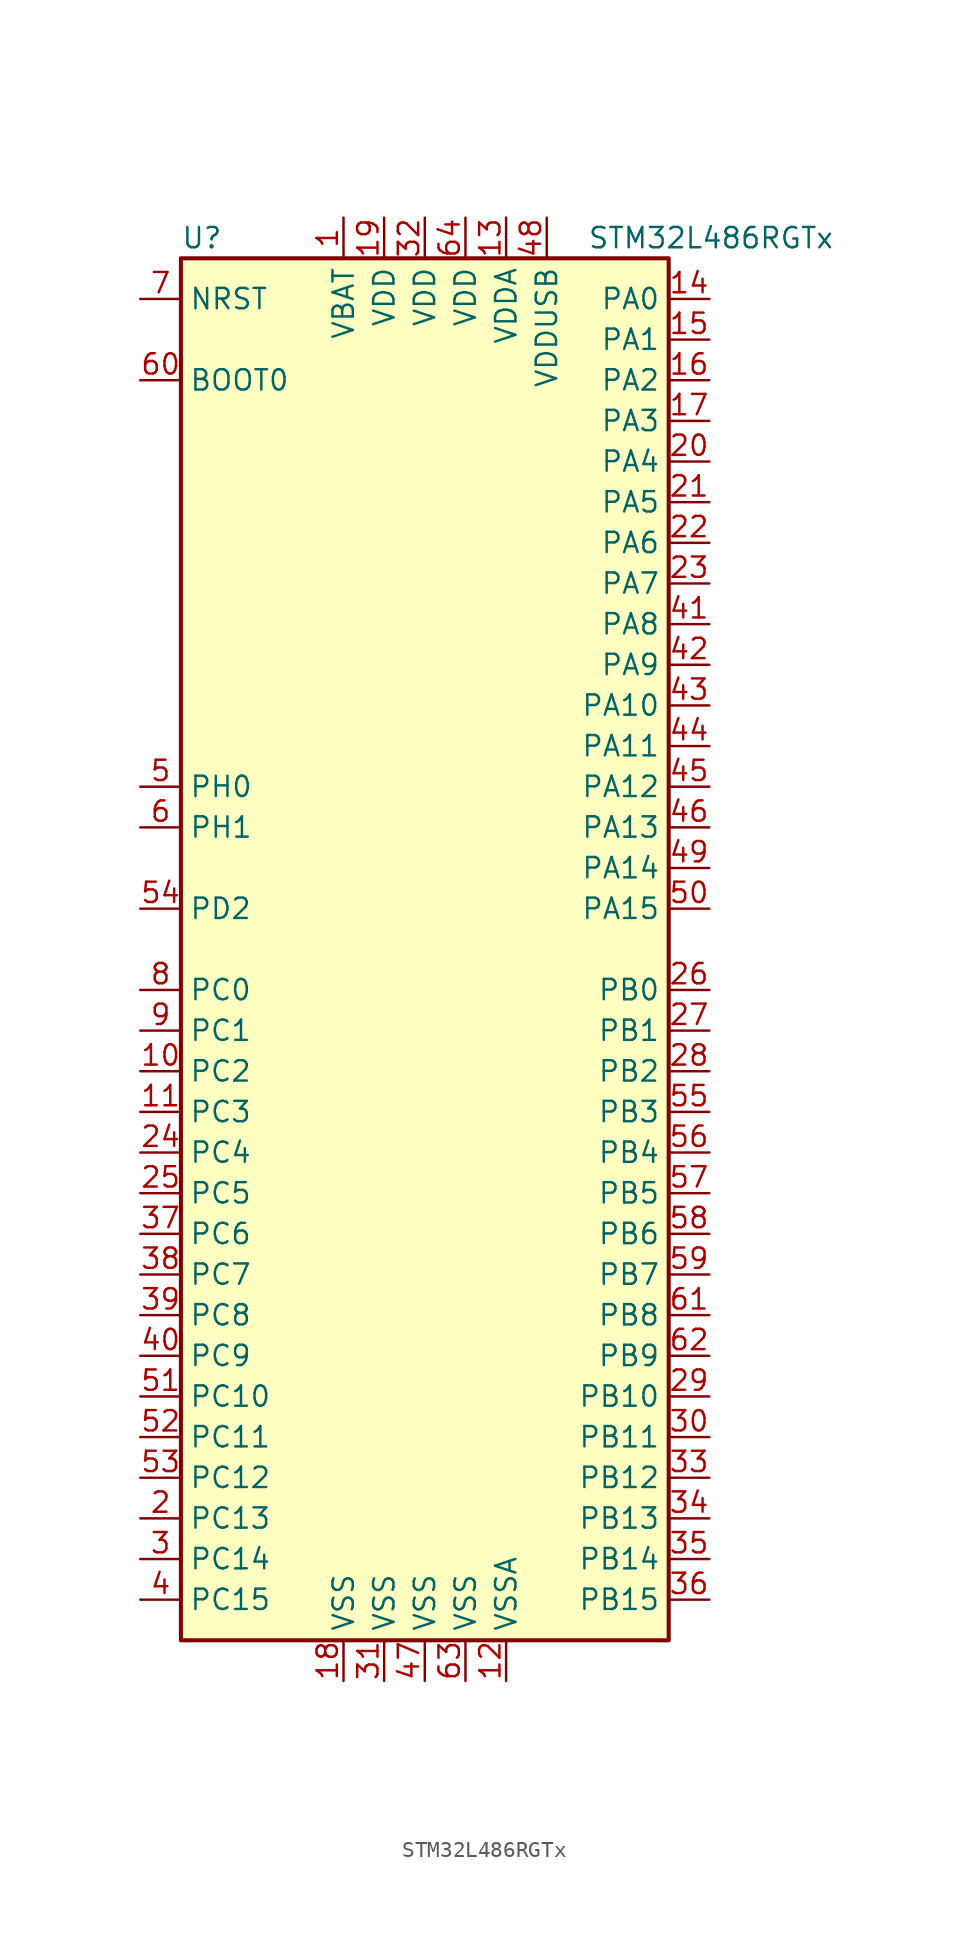
<source format=kicad_sym>
(kicad_symbol_lib
  (version 20211014)
  (generator kicad_symbol_editor)
  (symbol "STM32L486RGTx"
    (property "Reference" "U"
      (at -15.24 44.45 0)
      (effects (font (size 1.27 1.27)) (justify left)))
    (property "Value" "STM32L486RGTx"
      (at 10.16 44.45 0)
      (effects (font (size 1.27 1.27)) (justify left)))
    (symbol "STM32L486RGTx_0_1"
      (rectangle (start -15.24 -43.18) (end 15.24 43.18) (stroke (width 0.254) (type default) (color 0 0 0 0)) (fill (type background))))
    (symbol "STM32L486RGTx_1_1"
      (pin power_in line (at -5.08 45.72 270) (length 2.54) (name "VBAT" (effects (font (size 1.27 1.27)))) (number "1" (effects (font (size 1.27 1.27)))))
      (pin bidirectional line (at -17.78 -7.62 0) (length 2.54) (name "PC2" (effects (font (size 1.27 1.27)))) (number "10" (effects (font (size 1.27 1.27)))))
      (pin bidirectional line (at -17.78 -10.16 0) (length 2.54) (name "PC3" (effects (font (size 1.27 1.27)))) (number "11" (effects (font (size 1.27 1.27)))))
      (pin power_in line (at 5.08 -45.72 90) (length 2.54) (name "VSSA" (effects (font (size 1.27 1.27)))) (number "12" (effects (font (size 1.27 1.27)))))
      (pin power_in line (at 5.08 45.72 270) (length 2.54) (name "VDDA" (effects (font (size 1.27 1.27)))) (number "13" (effects (font (size 1.27 1.27)))))
      (pin bidirectional line (at 17.78 40.64 180) (length 2.54) (name "PA0" (effects (font (size 1.27 1.27)))) (number "14" (effects (font (size 1.27 1.27)))))
      (pin bidirectional line (at 17.78 38.1 180) (length 2.54) (name "PA1" (effects (font (size 1.27 1.27)))) (number "15" (effects (font (size 1.27 1.27)))))
      (pin bidirectional line (at 17.78 35.56 180) (length 2.54) (name "PA2" (effects (font (size 1.27 1.27)))) (number "16" (effects (font (size 1.27 1.27)))))
      (pin bidirectional line (at 17.78 33.02 180) (length 2.54) (name "PA3" (effects (font (size 1.27 1.27)))) (number "17" (effects (font (size 1.27 1.27)))))
      (pin power_in line (at -5.08 -45.72 90) (length 2.54) (name "VSS" (effects (font (size 1.27 1.27)))) (number "18" (effects (font (size 1.27 1.27)))))
      (pin power_in line (at -2.54 45.72 270) (length 2.54) (name "VDD" (effects (font (size 1.27 1.27)))) (number "19" (effects (font (size 1.27 1.27)))))
      (pin bidirectional line (at -17.78 -35.56 0) (length 2.54) (name "PC13" (effects (font (size 1.27 1.27)))) (number "2" (effects (font (size 1.27 1.27)))))
      (pin bidirectional line (at 17.78 30.48 180) (length 2.54) (name "PA4" (effects (font (size 1.27 1.27)))) (number "20" (effects (font (size 1.27 1.27)))))
      (pin bidirectional line (at 17.78 27.94 180) (length 2.54) (name "PA5" (effects (font (size 1.27 1.27)))) (number "21" (effects (font (size 1.27 1.27)))))
      (pin bidirectional line (at 17.78 25.4 180) (length 2.54) (name "PA6" (effects (font (size 1.27 1.27)))) (number "22" (effects (font (size 1.27 1.27)))))
      (pin bidirectional line (at 17.78 22.86 180) (length 2.54) (name "PA7" (effects (font (size 1.27 1.27)))) (number "23" (effects (font (size 1.27 1.27)))))
      (pin bidirectional line (at -17.78 -12.7 0) (length 2.54) (name "PC4" (effects (font (size 1.27 1.27)))) (number "24" (effects (font (size 1.27 1.27)))))
      (pin bidirectional line (at -17.78 -15.24 0) (length 2.54) (name "PC5" (effects (font (size 1.27 1.27)))) (number "25" (effects (font (size 1.27 1.27)))))
      (pin bidirectional line (at 17.78 -2.54 180) (length 2.54) (name "PB0" (effects (font (size 1.27 1.27)))) (number "26" (effects (font (size 1.27 1.27)))))
      (pin bidirectional line (at 17.78 -5.08 180) (length 2.54) (name "PB1" (effects (font (size 1.27 1.27)))) (number "27" (effects (font (size 1.27 1.27)))))
      (pin bidirectional line (at 17.78 -7.62 180) (length 2.54) (name "PB2" (effects (font (size 1.27 1.27)))) (number "28" (effects (font (size 1.27 1.27)))))
      (pin bidirectional line (at 17.78 -27.94 180) (length 2.54) (name "PB10" (effects (font (size 1.27 1.27)))) (number "29" (effects (font (size 1.27 1.27)))))
      (pin bidirectional line (at -17.78 -38.1 0) (length 2.54) (name "PC14" (effects (font (size 1.27 1.27)))) (number "3" (effects (font (size 1.27 1.27)))))
      (pin bidirectional line (at 17.78 -30.48 180) (length 2.54) (name "PB11" (effects (font (size 1.27 1.27)))) (number "30" (effects (font (size 1.27 1.27)))))
      (pin power_in line (at -2.54 -45.72 90) (length 2.54) (name "VSS" (effects (font (size 1.27 1.27)))) (number "31" (effects (font (size 1.27 1.27)))))
      (pin power_in line (at 0 45.72 270) (length 2.54) (name "VDD" (effects (font (size 1.27 1.27)))) (number "32" (effects (font (size 1.27 1.27)))))
      (pin bidirectional line (at 17.78 -33.02 180) (length 2.54) (name "PB12" (effects (font (size 1.27 1.27)))) (number "33" (effects (font (size 1.27 1.27)))))
      (pin bidirectional line (at 17.78 -35.56 180) (length 2.54) (name "PB13" (effects (font (size 1.27 1.27)))) (number "34" (effects (font (size 1.27 1.27)))))
      (pin bidirectional line (at 17.78 -38.1 180) (length 2.54) (name "PB14" (effects (font (size 1.27 1.27)))) (number "35" (effects (font (size 1.27 1.27)))))
      (pin bidirectional line (at 17.78 -40.64 180) (length 2.54) (name "PB15" (effects (font (size 1.27 1.27)))) (number "36" (effects (font (size 1.27 1.27)))))
      (pin bidirectional line (at -17.78 -17.78 0) (length 2.54) (name "PC6" (effects (font (size 1.27 1.27)))) (number "37" (effects (font (size 1.27 1.27)))))
      (pin bidirectional line (at -17.78 -20.32 0) (length 2.54) (name "PC7" (effects (font (size 1.27 1.27)))) (number "38" (effects (font (size 1.27 1.27)))))
      (pin bidirectional line (at -17.78 -22.86 0) (length 2.54) (name "PC8" (effects (font (size 1.27 1.27)))) (number "39" (effects (font (size 1.27 1.27)))))
      (pin bidirectional line (at -17.78 -40.64 0) (length 2.54) (name "PC15" (effects (font (size 1.27 1.27)))) (number "4" (effects (font (size 1.27 1.27)))))
      (pin bidirectional line (at -17.78 -25.4 0) (length 2.54) (name "PC9" (effects (font (size 1.27 1.27)))) (number "40" (effects (font (size 1.27 1.27)))))
      (pin bidirectional line (at 17.78 20.32 180) (length 2.54) (name "PA8" (effects (font (size 1.27 1.27)))) (number "41" (effects (font (size 1.27 1.27)))))
      (pin bidirectional line (at 17.78 17.78 180) (length 2.54) (name "PA9" (effects (font (size 1.27 1.27)))) (number "42" (effects (font (size 1.27 1.27)))))
      (pin bidirectional line (at 17.78 15.24 180) (length 2.54) (name "PA10" (effects (font (size 1.27 1.27)))) (number "43" (effects (font (size 1.27 1.27)))))
      (pin bidirectional line (at 17.78 12.7 180) (length 2.54) (name "PA11" (effects (font (size 1.27 1.27)))) (number "44" (effects (font (size 1.27 1.27)))))
      (pin bidirectional line (at 17.78 10.16 180) (length 2.54) (name "PA12" (effects (font (size 1.27 1.27)))) (number "45" (effects (font (size 1.27 1.27)))))
      (pin bidirectional line (at 17.78 7.62 180) (length 2.54) (name "PA13" (effects (font (size 1.27 1.27)))) (number "46" (effects (font (size 1.27 1.27)))))
      (pin power_in line (at 0 -45.72 90) (length 2.54) (name "VSS" (effects (font (size 1.27 1.27)))) (number "47" (effects (font (size 1.27 1.27)))))
      (pin power_in line (at 7.62 45.72 270) (length 2.54) (name "VDDUSB" (effects (font (size 1.27 1.27)))) (number "48" (effects (font (size 1.27 1.27)))))
      (pin bidirectional line (at 17.78 5.08 180) (length 2.54) (name "PA14" (effects (font (size 1.27 1.27)))) (number "49" (effects (font (size 1.27 1.27)))))
      (pin input line (at -17.78 10.16 0) (length 2.54) (name "PH0" (effects (font (size 1.27 1.27)))) (number "5" (effects (font (size 1.27 1.27)))))
      (pin bidirectional line (at 17.78 2.54 180) (length 2.54) (name "PA15" (effects (font (size 1.27 1.27)))) (number "50" (effects (font (size 1.27 1.27)))))
      (pin bidirectional line (at -17.78 -27.94 0) (length 2.54) (name "PC10" (effects (font (size 1.27 1.27)))) (number "51" (effects (font (size 1.27 1.27)))))
      (pin bidirectional line (at -17.78 -30.48 0) (length 2.54) (name "PC11" (effects (font (size 1.27 1.27)))) (number "52" (effects (font (size 1.27 1.27)))))
      (pin bidirectional line (at -17.78 -33.02 0) (length 2.54) (name "PC12" (effects (font (size 1.27 1.27)))) (number "53" (effects (font (size 1.27 1.27)))))
      (pin bidirectional line (at -17.78 2.54 0) (length 2.54) (name "PD2" (effects (font (size 1.27 1.27)))) (number "54" (effects (font (size 1.27 1.27)))))
      (pin bidirectional line (at 17.78 -10.16 180) (length 2.54) (name "PB3" (effects (font (size 1.27 1.27)))) (number "55" (effects (font (size 1.27 1.27)))))
      (pin bidirectional line (at 17.78 -12.7 180) (length 2.54) (name "PB4" (effects (font (size 1.27 1.27)))) (number "56" (effects (font (size 1.27 1.27)))))
      (pin bidirectional line (at 17.78 -15.24 180) (length 2.54) (name "PB5" (effects (font (size 1.27 1.27)))) (number "57" (effects (font (size 1.27 1.27)))))
      (pin bidirectional line (at 17.78 -17.78 180) (length 2.54) (name "PB6" (effects (font (size 1.27 1.27)))) (number "58" (effects (font (size 1.27 1.27)))))
      (pin bidirectional line (at 17.78 -20.32 180) (length 2.54) (name "PB7" (effects (font (size 1.27 1.27)))) (number "59" (effects (font (size 1.27 1.27)))))
      (pin input line (at -17.78 7.62 0) (length 2.54) (name "PH1" (effects (font (size 1.27 1.27)))) (number "6" (effects (font (size 1.27 1.27)))))
      (pin input line (at -17.78 35.56 0) (length 2.54) (name "BOOT0" (effects (font (size 1.27 1.27)))) (number "60" (effects (font (size 1.27 1.27)))))
      (pin bidirectional line (at 17.78 -22.86 180) (length 2.54) (name "PB8" (effects (font (size 1.27 1.27)))) (number "61" (effects (font (size 1.27 1.27)))))
      (pin bidirectional line (at 17.78 -25.4 180) (length 2.54) (name "PB9" (effects (font (size 1.27 1.27)))) (number "62" (effects (font (size 1.27 1.27)))))
      (pin power_in line (at 2.54 -45.72 90) (length 2.54) (name "VSS" (effects (font (size 1.27 1.27)))) (number "63" (effects (font (size 1.27 1.27)))))
      (pin power_in line (at 2.54 45.72 270) (length 2.54) (name "VDD" (effects (font (size 1.27 1.27)))) (number "64" (effects (font (size 1.27 1.27)))))
      (pin input line (at -17.78 40.64 0) (length 2.54) (name "NRST" (effects (font (size 1.27 1.27)))) (number "7" (effects (font (size 1.27 1.27)))))
      (pin bidirectional line (at -17.78 -2.54 0) (length 2.54) (name "PC0" (effects (font (size 1.27 1.27)))) (number "8" (effects (font (size 1.27 1.27)))))
      (pin bidirectional line (at -17.78 -5.08 0) (length 2.54) (name "PC1" (effects (font (size 1.27 1.27)))) (number "9" (effects (font (size 1.27 1.27))))))))
</source>
